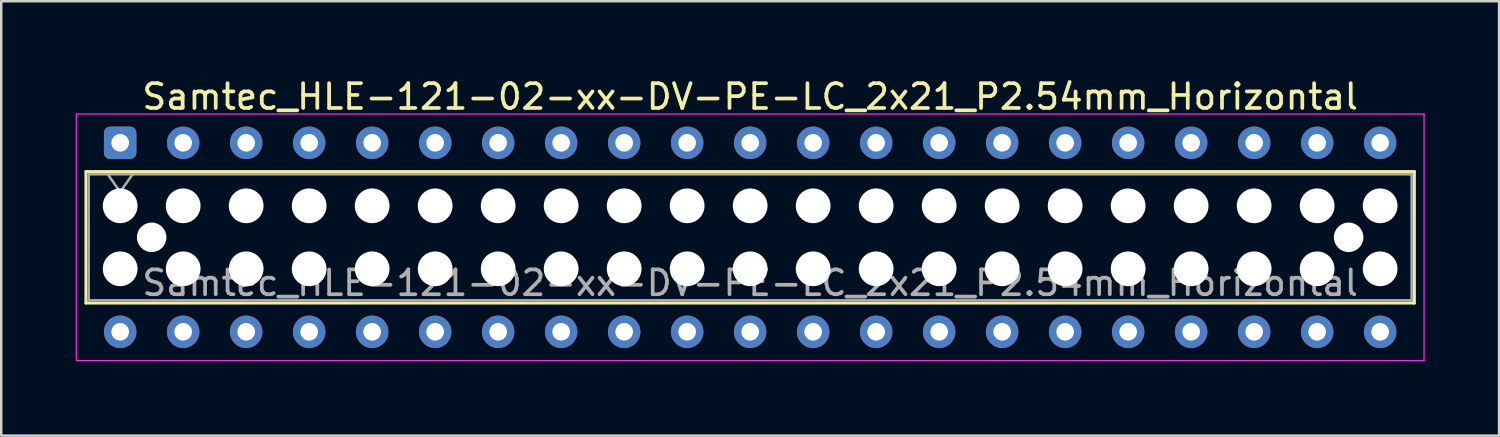
<source format=kicad_pcb>
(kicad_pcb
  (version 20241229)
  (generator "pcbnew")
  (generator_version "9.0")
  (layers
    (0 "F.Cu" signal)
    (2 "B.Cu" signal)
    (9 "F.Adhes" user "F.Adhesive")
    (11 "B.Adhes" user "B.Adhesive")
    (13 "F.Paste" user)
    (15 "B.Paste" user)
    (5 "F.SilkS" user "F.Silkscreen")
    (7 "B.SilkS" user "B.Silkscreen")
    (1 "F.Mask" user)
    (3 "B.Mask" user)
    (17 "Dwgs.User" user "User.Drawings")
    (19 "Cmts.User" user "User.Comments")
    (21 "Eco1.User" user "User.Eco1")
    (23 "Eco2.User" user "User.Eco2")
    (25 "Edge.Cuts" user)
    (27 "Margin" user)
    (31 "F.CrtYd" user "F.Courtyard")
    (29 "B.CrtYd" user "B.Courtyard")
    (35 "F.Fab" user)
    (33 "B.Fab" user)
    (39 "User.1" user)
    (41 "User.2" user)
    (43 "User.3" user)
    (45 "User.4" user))
  (footprint "Samtec_HLE-121-02-xx-DV-PE-LC_2x21_P2.54mm_Horizontal"
    (layer "F.Cu")
    (at 1.795 2.708)
    (property "Reference" "Samtec_HLE-121-02-xx-DV-PE-LC_2x21_P2.54mm_Horizontal" (at 25.4 -1.86 0) (layer "F.SilkS") (effects (font (size 1 1) (thickness 0.15))))
    (attr through_hole)
    (fp_line (start -1.38 1.16) (end 52.18 1.16) (stroke (width 0.12) (type solid)) (layer "F.SilkS"))
    (fp_line (start -1.38 6.46) (end -1.38 1.16) (stroke (width 0.12) (type solid)) (layer "F.SilkS"))
    (fp_line (start 52.18 1.16) (end 52.18 6.46) (stroke (width 0.12) (type solid)) (layer "F.SilkS"))
    (fp_line (start 52.18 6.46) (end -1.38 6.46) (stroke (width 0.12) (type solid)) (layer "F.SilkS"))
    (fp_line (start -1.77 -1.16) (end 52.57 -1.16) (stroke (width 0.05) (type solid)) (layer "F.CrtYd"))
    (fp_line (start -1.77 8.78) (end -1.77 -1.16) (stroke (width 0.05) (type solid)) (layer "F.CrtYd"))
    (fp_line (start 52.57 -1.16) (end 52.57 8.78) (stroke (width 0.05) (type solid)) (layer "F.CrtYd"))
    (fp_line (start 52.57 8.78) (end -1.77 8.78) (stroke (width 0.05) (type solid)) (layer "F.CrtYd"))
    (fp_line (start -1.27 1.27) (end 52.07 1.27) (stroke (width 0.1) (type solid)) (layer "F.Fab"))
    (fp_line (start -1.27 6.35) (end -1.27 1.27) (stroke (width 0.1) (type solid)) (layer "F.Fab"))
    (fp_line (start -0.5 1.27) (end 0 1.977) (stroke (width 0.1) (type solid)) (layer "F.Fab"))
    (fp_line (start 0 1.977) (end 0.5 1.27) (stroke (width 0.1) (type solid)) (layer "F.Fab"))
    (fp_line (start 52.07 1.27) (end 52.07 6.35) (stroke (width 0.1) (type solid)) (layer "F.Fab"))
    (fp_line (start 52.07 6.35) (end -1.27 6.35) (stroke (width 0.1) (type solid)) (layer "F.Fab"))
    (fp_text user "${REFERENCE}" (at 25.4 5.65 0) (layer "F.Fab") (effects (font (size 1 1) (thickness 0.15))))
    (pad "" np_thru_hole circle (at 0 2.54) (size 1.4 1.4) (drill 1.4) (layers "*.Cu" "*.Mask"))
    (pad "" np_thru_hole circle (at 0 5.08) (size 1.4 1.4) (drill 1.4) (layers "*.Cu" "*.Mask"))
    (pad "" np_thru_hole circle (at 1.27 3.81) (size 1.19 1.19) (drill 1.19) (layers "*.Cu" "*.Mask"))
    (pad "" np_thru_hole circle (at 2.54 2.54) (size 1.4 1.4) (drill 1.4) (layers "*.Cu" "*.Mask"))
    (pad "" np_thru_hole circle (at 2.54 5.08) (size 1.4 1.4) (drill 1.4) (layers "*.Cu" "*.Mask"))
    (pad "" np_thru_hole circle (at 5.08 2.54) (size 1.4 1.4) (drill 1.4) (layers "*.Cu" "*.Mask"))
    (pad "" np_thru_hole circle (at 5.08 5.08) (size 1.4 1.4) (drill 1.4) (layers "*.Cu" "*.Mask"))
    (pad "" np_thru_hole circle (at 7.62 2.54) (size 1.4 1.4) (drill 1.4) (layers "*.Cu" "*.Mask"))
    (pad "" np_thru_hole circle (at 7.62 5.08) (size 1.4 1.4) (drill 1.4) (layers "*.Cu" "*.Mask"))
    (pad "" np_thru_hole circle (at 10.16 2.54) (size 1.4 1.4) (drill 1.4) (layers "*.Cu" "*.Mask"))
    (pad "" np_thru_hole circle (at 10.16 5.08) (size 1.4 1.4) (drill 1.4) (layers "*.Cu" "*.Mask"))
    (pad "" np_thru_hole circle (at 12.7 2.54) (size 1.4 1.4) (drill 1.4) (layers "*.Cu" "*.Mask"))
    (pad "" np_thru_hole circle (at 12.7 5.08) (size 1.4 1.4) (drill 1.4) (layers "*.Cu" "*.Mask"))
    (pad "" np_thru_hole circle (at 15.24 2.54) (size 1.4 1.4) (drill 1.4) (layers "*.Cu" "*.Mask"))
    (pad "" np_thru_hole circle (at 15.24 5.08) (size 1.4 1.4) (drill 1.4) (layers "*.Cu" "*.Mask"))
    (pad "" np_thru_hole circle (at 17.78 2.54) (size 1.4 1.4) (drill 1.4) (layers "*.Cu" "*.Mask"))
    (pad "" np_thru_hole circle (at 17.78 5.08) (size 1.4 1.4) (drill 1.4) (layers "*.Cu" "*.Mask"))
    (pad "" np_thru_hole circle (at 20.32 2.54) (size 1.4 1.4) (drill 1.4) (layers "*.Cu" "*.Mask"))
    (pad "" np_thru_hole circle (at 20.32 5.08) (size 1.4 1.4) (drill 1.4) (layers "*.Cu" "*.Mask"))
    (pad "" np_thru_hole circle (at 22.86 2.54) (size 1.4 1.4) (drill 1.4) (layers "*.Cu" "*.Mask"))
    (pad "" np_thru_hole circle (at 22.86 5.08) (size 1.4 1.4) (drill 1.4) (layers "*.Cu" "*.Mask"))
    (pad "" np_thru_hole circle (at 25.4 2.54) (size 1.4 1.4) (drill 1.4) (layers "*.Cu" "*.Mask"))
    (pad "" np_thru_hole circle (at 25.4 5.08) (size 1.4 1.4) (drill 1.4) (layers "*.Cu" "*.Mask"))
    (pad "" np_thru_hole circle (at 27.94 2.54) (size 1.4 1.4) (drill 1.4) (layers "*.Cu" "*.Mask"))
    (pad "" np_thru_hole circle (at 27.94 5.08) (size 1.4 1.4) (drill 1.4) (layers "*.Cu" "*.Mask"))
    (pad "" np_thru_hole circle (at 30.48 2.54) (size 1.4 1.4) (drill 1.4) (layers "*.Cu" "*.Mask"))
    (pad "" np_thru_hole circle (at 30.48 5.08) (size 1.4 1.4) (drill 1.4) (layers "*.Cu" "*.Mask"))
    (pad "" np_thru_hole circle (at 33.02 2.54) (size 1.4 1.4) (drill 1.4) (layers "*.Cu" "*.Mask"))
    (pad "" np_thru_hole circle (at 33.02 5.08) (size 1.4 1.4) (drill 1.4) (layers "*.Cu" "*.Mask"))
    (pad "" np_thru_hole circle (at 35.56 2.54) (size 1.4 1.4) (drill 1.4) (layers "*.Cu" "*.Mask"))
    (pad "" np_thru_hole circle (at 35.56 5.08) (size 1.4 1.4) (drill 1.4) (layers "*.Cu" "*.Mask"))
    (pad "" np_thru_hole circle (at 38.1 2.54) (size 1.4 1.4) (drill 1.4) (layers "*.Cu" "*.Mask"))
    (pad "" np_thru_hole circle (at 38.1 5.08) (size 1.4 1.4) (drill 1.4) (layers "*.Cu" "*.Mask"))
    (pad "" np_thru_hole circle (at 40.64 2.54) (size 1.4 1.4) (drill 1.4) (layers "*.Cu" "*.Mask"))
    (pad "" np_thru_hole circle (at 40.64 5.08) (size 1.4 1.4) (drill 1.4) (layers "*.Cu" "*.Mask"))
    (pad "" np_thru_hole circle (at 43.18 2.54) (size 1.4 1.4) (drill 1.4) (layers "*.Cu" "*.Mask"))
    (pad "" np_thru_hole circle (at 43.18 5.08) (size 1.4 1.4) (drill 1.4) (layers "*.Cu" "*.Mask"))
    (pad "" np_thru_hole circle (at 45.72 2.54) (size 1.4 1.4) (drill 1.4) (layers "*.Cu" "*.Mask"))
    (pad "" np_thru_hole circle (at 45.72 5.08) (size 1.4 1.4) (drill 1.4) (layers "*.Cu" "*.Mask"))
    (pad "" np_thru_hole circle (at 48.26 2.54) (size 1.4 1.4) (drill 1.4) (layers "*.Cu" "*.Mask"))
    (pad "" np_thru_hole circle (at 48.26 5.08) (size 1.4 1.4) (drill 1.4) (layers "*.Cu" "*.Mask"))
    (pad "" np_thru_hole circle (at 49.53 3.81) (size 1.19 1.19) (drill 1.19) (layers "*.Cu" "*.Mask"))
    (pad "" np_thru_hole circle (at 50.8 2.54) (size 1.4 1.4) (drill 1.4) (layers "*.Cu" "*.Mask"))
    (pad "" np_thru_hole circle (at 50.8 5.08) (size 1.4 1.4) (drill 1.4) (layers "*.Cu" "*.Mask"))
    (pad "1" thru_hole roundrect (at 0 0) (size 1.31 1.31) (drill 0.71) (layers "*.Cu" "*.Mask") (roundrect_rratio 0.191))
    (pad "2" thru_hole circle (at 0 7.62) (size 1.31 1.31) (drill 0.71) (layers "*.Cu" "*.Mask"))
    (pad "3" thru_hole circle (at 2.54 0) (size 1.31 1.31) (drill 0.71) (layers "*.Cu" "*.Mask"))
    (pad "4" thru_hole circle (at 2.54 7.62) (size 1.31 1.31) (drill 0.71) (layers "*.Cu" "*.Mask"))
    (pad "5" thru_hole circle (at 5.08 0) (size 1.31 1.31) (drill 0.71) (layers "*.Cu" "*.Mask"))
    (pad "6" thru_hole circle (at 5.08 7.62) (size 1.31 1.31) (drill 0.71) (layers "*.Cu" "*.Mask"))
    (pad "7" thru_hole circle (at 7.62 0) (size 1.31 1.31) (drill 0.71) (layers "*.Cu" "*.Mask"))
    (pad "8" thru_hole circle (at 7.62 7.62) (size 1.31 1.31) (drill 0.71) (layers "*.Cu" "*.Mask"))
    (pad "9" thru_hole circle (at 10.16 0) (size 1.31 1.31) (drill 0.71) (layers "*.Cu" "*.Mask"))
    (pad "10" thru_hole circle (at 10.16 7.62) (size 1.31 1.31) (drill 0.71) (layers "*.Cu" "*.Mask"))
    (pad "11" thru_hole circle (at 12.7 0) (size 1.31 1.31) (drill 0.71) (layers "*.Cu" "*.Mask"))
    (pad "12" thru_hole circle (at 12.7 7.62) (size 1.31 1.31) (drill 0.71) (layers "*.Cu" "*.Mask"))
    (pad "13" thru_hole circle (at 15.24 0) (size 1.31 1.31) (drill 0.71) (layers "*.Cu" "*.Mask"))
    (pad "14" thru_hole circle (at 15.24 7.62) (size 1.31 1.31) (drill 0.71) (layers "*.Cu" "*.Mask"))
    (pad "15" thru_hole circle (at 17.78 0) (size 1.31 1.31) (drill 0.71) (layers "*.Cu" "*.Mask"))
    (pad "16" thru_hole circle (at 17.78 7.62) (size 1.31 1.31) (drill 0.71) (layers "*.Cu" "*.Mask"))
    (pad "17" thru_hole circle (at 20.32 0) (size 1.31 1.31) (drill 0.71) (layers "*.Cu" "*.Mask"))
    (pad "18" thru_hole circle (at 20.32 7.62) (size 1.31 1.31) (drill 0.71) (layers "*.Cu" "*.Mask"))
    (pad "19" thru_hole circle (at 22.86 0) (size 1.31 1.31) (drill 0.71) (layers "*.Cu" "*.Mask"))
    (pad "20" thru_hole circle (at 22.86 7.62) (size 1.31 1.31) (drill 0.71) (layers "*.Cu" "*.Mask"))
    (pad "21" thru_hole circle (at 25.4 0) (size 1.31 1.31) (drill 0.71) (layers "*.Cu" "*.Mask"))
    (pad "22" thru_hole circle (at 25.4 7.62) (size 1.31 1.31) (drill 0.71) (layers "*.Cu" "*.Mask"))
    (pad "23" thru_hole circle (at 27.94 0) (size 1.31 1.31) (drill 0.71) (layers "*.Cu" "*.Mask"))
    (pad "24" thru_hole circle (at 27.94 7.62) (size 1.31 1.31) (drill 0.71) (layers "*.Cu" "*.Mask"))
    (pad "25" thru_hole circle (at 30.48 0) (size 1.31 1.31) (drill 0.71) (layers "*.Cu" "*.Mask"))
    (pad "26" thru_hole circle (at 30.48 7.62) (size 1.31 1.31) (drill 0.71) (layers "*.Cu" "*.Mask"))
    (pad "27" thru_hole circle (at 33.02 0) (size 1.31 1.31) (drill 0.71) (layers "*.Cu" "*.Mask"))
    (pad "28" thru_hole circle (at 33.02 7.62) (size 1.31 1.31) (drill 0.71) (layers "*.Cu" "*.Mask"))
    (pad "29" thru_hole circle (at 35.56 0) (size 1.31 1.31) (drill 0.71) (layers "*.Cu" "*.Mask"))
    (pad "30" thru_hole circle (at 35.56 7.62) (size 1.31 1.31) (drill 0.71) (layers "*.Cu" "*.Mask"))
    (pad "31" thru_hole circle (at 38.1 0) (size 1.31 1.31) (drill 0.71) (layers "*.Cu" "*.Mask"))
    (pad "32" thru_hole circle (at 38.1 7.62) (size 1.31 1.31) (drill 0.71) (layers "*.Cu" "*.Mask"))
    (pad "33" thru_hole circle (at 40.64 0) (size 1.31 1.31) (drill 0.71) (layers "*.Cu" "*.Mask"))
    (pad "34" thru_hole circle (at 40.64 7.62) (size 1.31 1.31) (drill 0.71) (layers "*.Cu" "*.Mask"))
    (pad "35" thru_hole circle (at 43.18 0) (size 1.31 1.31) (drill 0.71) (layers "*.Cu" "*.Mask"))
    (pad "36" thru_hole circle (at 43.18 7.62) (size 1.31 1.31) (drill 0.71) (layers "*.Cu" "*.Mask"))
    (pad "37" thru_hole circle (at 45.72 0) (size 1.31 1.31) (drill 0.71) (layers "*.Cu" "*.Mask"))
    (pad "38" thru_hole circle (at 45.72 7.62) (size 1.31 1.31) (drill 0.71) (layers "*.Cu" "*.Mask"))
    (pad "39" thru_hole circle (at 48.26 0) (size 1.31 1.31) (drill 0.71) (layers "*.Cu" "*.Mask"))
    (pad "40" thru_hole circle (at 48.26 7.62) (size 1.31 1.31) (drill 0.71) (layers "*.Cu" "*.Mask"))
    (pad "41" thru_hole circle (at 50.8 0) (size 1.31 1.31) (drill 0.71) (layers "*.Cu" "*.Mask"))
    (pad "42" thru_hole circle (at 50.8 7.62) (size 1.31 1.31) (drill 0.71) (layers "*.Cu" "*.Mask")))
  (gr_rect
    (start -3 -3)
    (end 57.39 14.513)
    (stroke (width 0.1) (type default))
    (fill no)
    (layer "Edge.Cuts")))
</source>
